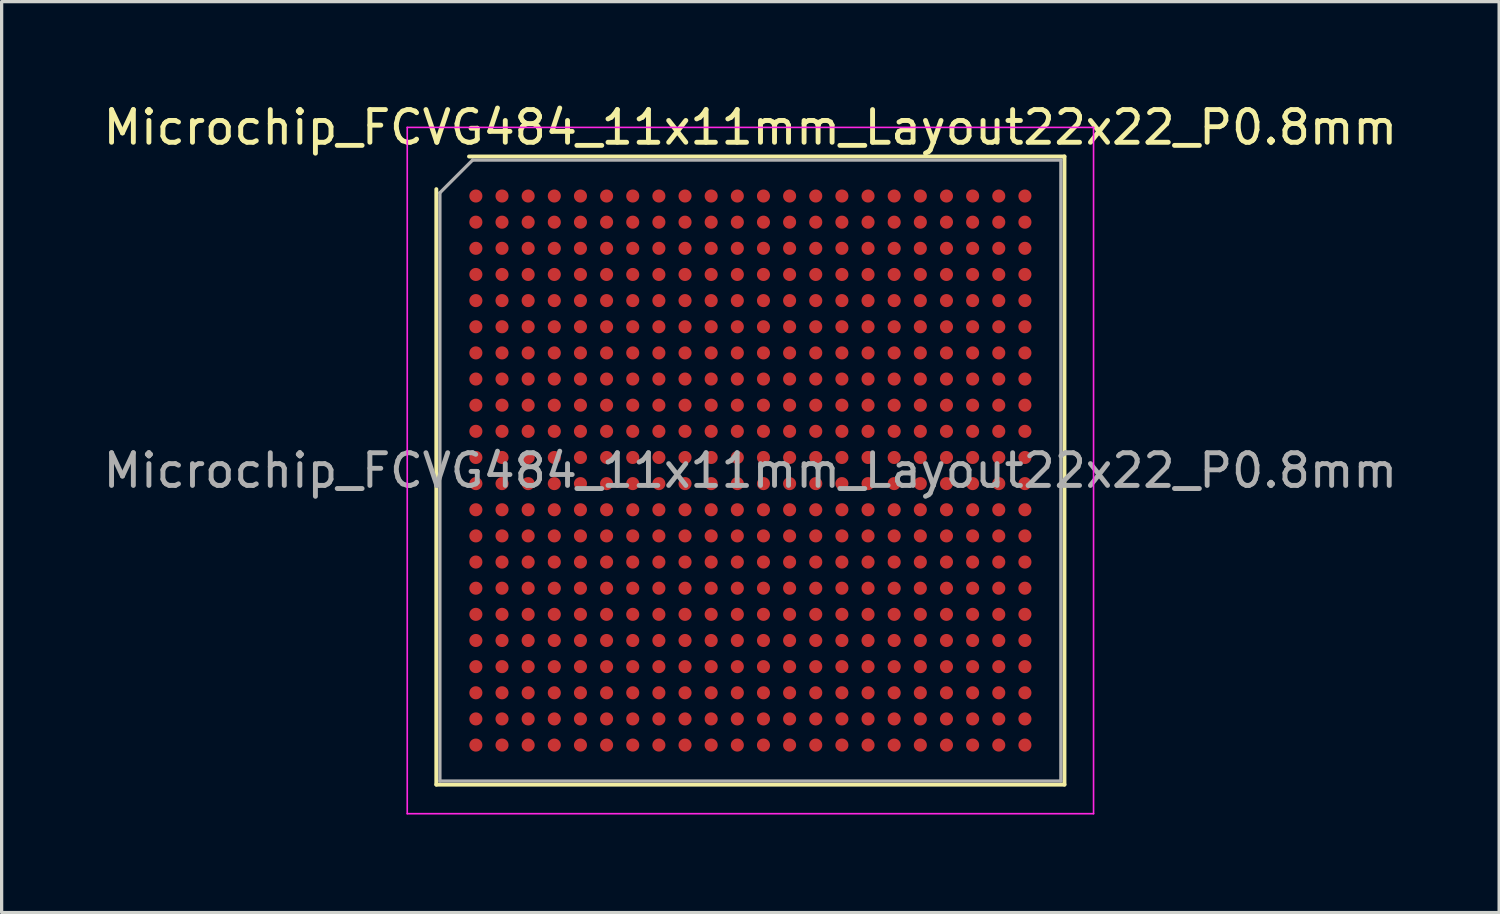
<source format=kicad_pcb>
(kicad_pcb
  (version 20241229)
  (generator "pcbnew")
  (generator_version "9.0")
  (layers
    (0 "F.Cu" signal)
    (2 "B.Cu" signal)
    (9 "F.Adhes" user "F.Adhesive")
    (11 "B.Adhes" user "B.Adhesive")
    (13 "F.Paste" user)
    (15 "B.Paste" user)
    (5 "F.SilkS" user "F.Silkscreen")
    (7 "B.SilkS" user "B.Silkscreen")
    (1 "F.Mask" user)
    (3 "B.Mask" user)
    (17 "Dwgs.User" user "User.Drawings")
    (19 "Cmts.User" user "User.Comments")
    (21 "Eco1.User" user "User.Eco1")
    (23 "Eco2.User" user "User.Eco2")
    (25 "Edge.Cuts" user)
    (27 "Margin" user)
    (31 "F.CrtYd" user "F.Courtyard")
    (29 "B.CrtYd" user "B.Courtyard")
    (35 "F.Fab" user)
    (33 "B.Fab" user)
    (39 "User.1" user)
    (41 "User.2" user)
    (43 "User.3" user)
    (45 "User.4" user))
  (footprint "Microchip_FCVG484_11x11mm_Layout22x22_P0.8mm"
    (layer "F.Cu")
    (at 19.911 11.348)
    (property "Reference" "Microchip_FCVG484_11x11mm_Layout22x22_P0.8mm" (at 0 -10.5 0) (layer "F.SilkS") (effects (font (size 1 1) (thickness 0.15))))
    (attr smd)
    (fp_line (start -9.61 9.61) (end -9.61 -8.61) (stroke (width 0.12) (type solid)) (layer "F.SilkS"))
    (fp_line (start -8.61 -9.61) (end 9.61 -9.61) (stroke (width 0.12) (type solid)) (layer "F.SilkS"))
    (fp_line (start 9.61 -9.61) (end 9.61 9.61) (stroke (width 0.12) (type solid)) (layer "F.SilkS"))
    (fp_line (start 9.61 9.61) (end -9.61 9.61) (stroke (width 0.12) (type solid)) (layer "F.SilkS"))
    (fp_line (start -10.5 -10.5) (end -10.5 10.5) (stroke (width 0.05) (type solid)) (layer "F.CrtYd"))
    (fp_line (start -10.5 10.5) (end 10.5 10.5) (stroke (width 0.05) (type solid)) (layer "F.CrtYd"))
    (fp_line (start 10.5 -10.5) (end -10.5 -10.5) (stroke (width 0.05) (type solid)) (layer "F.CrtYd"))
    (fp_line (start 10.5 10.5) (end 10.5 -10.5) (stroke (width 0.05) (type solid)) (layer "F.CrtYd"))
    (fp_line (start -9.5 -8.5) (end -8.5 -9.5) (stroke (width 0.1) (type solid)) (layer "F.Fab"))
    (fp_line (start -9.5 9.5) (end -9.5 -8.5) (stroke (width 0.1) (type solid)) (layer "F.Fab"))
    (fp_line (start -8.5 -9.5) (end 9.5 -9.5) (stroke (width 0.1) (type solid)) (layer "F.Fab"))
    (fp_line (start 9.5 -9.5) (end 9.5 9.5) (stroke (width 0.1) (type solid)) (layer "F.Fab"))
    (fp_line (start 9.5 9.5) (end -9.5 9.5) (stroke (width 0.1) (type solid)) (layer "F.Fab"))
    (fp_text user "${REFERENCE}" (at 0 0 0) (layer "F.Fab") (effects (font (size 1 1) (thickness 0.15))))
    (pad "A1" smd circle (at -8.4 -8.4) (size 0.4 0.4) (layers "F.Cu" "F.Mask" "F.Paste"))
    (pad "A2" smd circle (at -7.6 -8.4) (size 0.4 0.4) (layers "F.Cu" "F.Mask" "F.Paste"))
    (pad "A3" smd circle (at -6.8 -8.4) (size 0.4 0.4) (layers "F.Cu" "F.Mask" "F.Paste"))
    (pad "A4" smd circle (at -6 -8.4) (size 0.4 0.4) (layers "F.Cu" "F.Mask" "F.Paste"))
    (pad "A5" smd circle (at -5.2 -8.4) (size 0.4 0.4) (layers "F.Cu" "F.Mask" "F.Paste"))
    (pad "A6" smd circle (at -4.4 -8.4) (size 0.4 0.4) (layers "F.Cu" "F.Mask" "F.Paste"))
    (pad "A7" smd circle (at -3.6 -8.4) (size 0.4 0.4) (layers "F.Cu" "F.Mask" "F.Paste"))
    (pad "A8" smd circle (at -2.8 -8.4) (size 0.4 0.4) (layers "F.Cu" "F.Mask" "F.Paste"))
    (pad "A9" smd circle (at -2 -8.4) (size 0.4 0.4) (layers "F.Cu" "F.Mask" "F.Paste"))
    (pad "A10" smd circle (at -1.2 -8.4) (size 0.4 0.4) (layers "F.Cu" "F.Mask" "F.Paste"))
    (pad "A11" smd circle (at -0.4 -8.4) (size 0.4 0.4) (layers "F.Cu" "F.Mask" "F.Paste"))
    (pad "A12" smd circle (at 0.4 -8.4) (size 0.4 0.4) (layers "F.Cu" "F.Mask" "F.Paste"))
    (pad "A13" smd circle (at 1.2 -8.4) (size 0.4 0.4) (layers "F.Cu" "F.Mask" "F.Paste"))
    (pad "A14" smd circle (at 2 -8.4) (size 0.4 0.4) (layers "F.Cu" "F.Mask" "F.Paste"))
    (pad "A15" smd circle (at 2.8 -8.4) (size 0.4 0.4) (layers "F.Cu" "F.Mask" "F.Paste"))
    (pad "A16" smd circle (at 3.6 -8.4) (size 0.4 0.4) (layers "F.Cu" "F.Mask" "F.Paste"))
    (pad "A17" smd circle (at 4.4 -8.4) (size 0.4 0.4) (layers "F.Cu" "F.Mask" "F.Paste"))
    (pad "A18" smd circle (at 5.2 -8.4) (size 0.4 0.4) (layers "F.Cu" "F.Mask" "F.Paste"))
    (pad "A19" smd circle (at 6 -8.4) (size 0.4 0.4) (layers "F.Cu" "F.Mask" "F.Paste"))
    (pad "A20" smd circle (at 6.8 -8.4) (size 0.4 0.4) (layers "F.Cu" "F.Mask" "F.Paste"))
    (pad "A21" smd circle (at 7.6 -8.4) (size 0.4 0.4) (layers "F.Cu" "F.Mask" "F.Paste"))
    (pad "A22" smd circle (at 8.4 -8.4) (size 0.4 0.4) (layers "F.Cu" "F.Mask" "F.Paste"))
    (pad "AA1" smd circle (at -8.4 7.6) (size 0.4 0.4) (layers "F.Cu" "F.Mask" "F.Paste"))
    (pad "AA2" smd circle (at -7.6 7.6) (size 0.4 0.4) (layers "F.Cu" "F.Mask" "F.Paste"))
    (pad "AA3" smd circle (at -6.8 7.6) (size 0.4 0.4) (layers "F.Cu" "F.Mask" "F.Paste"))
    (pad "AA4" smd circle (at -6 7.6) (size 0.4 0.4) (layers "F.Cu" "F.Mask" "F.Paste"))
    (pad "AA5" smd circle (at -5.2 7.6) (size 0.4 0.4) (layers "F.Cu" "F.Mask" "F.Paste"))
    (pad "AA6" smd circle (at -4.4 7.6) (size 0.4 0.4) (layers "F.Cu" "F.Mask" "F.Paste"))
    (pad "AA7" smd circle (at -3.6 7.6) (size 0.4 0.4) (layers "F.Cu" "F.Mask" "F.Paste"))
    (pad "AA8" smd circle (at -2.8 7.6) (size 0.4 0.4) (layers "F.Cu" "F.Mask" "F.Paste"))
    (pad "AA9" smd circle (at -2 7.6) (size 0.4 0.4) (layers "F.Cu" "F.Mask" "F.Paste"))
    (pad "AA10" smd circle (at -1.2 7.6) (size 0.4 0.4) (layers "F.Cu" "F.Mask" "F.Paste"))
    (pad "AA11" smd circle (at -0.4 7.6) (size 0.4 0.4) (layers "F.Cu" "F.Mask" "F.Paste"))
    (pad "AA12" smd circle (at 0.4 7.6) (size 0.4 0.4) (layers "F.Cu" "F.Mask" "F.Paste"))
    (pad "AA13" smd circle (at 1.2 7.6) (size 0.4 0.4) (layers "F.Cu" "F.Mask" "F.Paste"))
    (pad "AA14" smd circle (at 2 7.6) (size 0.4 0.4) (layers "F.Cu" "F.Mask" "F.Paste"))
    (pad "AA15" smd circle (at 2.8 7.6) (size 0.4 0.4) (layers "F.Cu" "F.Mask" "F.Paste"))
    (pad "AA16" smd circle (at 3.6 7.6) (size 0.4 0.4) (layers "F.Cu" "F.Mask" "F.Paste"))
    (pad "AA17" smd circle (at 4.4 7.6) (size 0.4 0.4) (layers "F.Cu" "F.Mask" "F.Paste"))
    (pad "AA18" smd circle (at 5.2 7.6) (size 0.4 0.4) (layers "F.Cu" "F.Mask" "F.Paste"))
    (pad "AA19" smd circle (at 6 7.6) (size 0.4 0.4) (layers "F.Cu" "F.Mask" "F.Paste"))
    (pad "AA20" smd circle (at 6.8 7.6) (size 0.4 0.4) (layers "F.Cu" "F.Mask" "F.Paste"))
    (pad "AA21" smd circle (at 7.6 7.6) (size 0.4 0.4) (layers "F.Cu" "F.Mask" "F.Paste"))
    (pad "AA22" smd circle (at 8.4 7.6) (size 0.4 0.4) (layers "F.Cu" "F.Mask" "F.Paste"))
    (pad "AB1" smd circle (at -8.4 8.4) (size 0.4 0.4) (layers "F.Cu" "F.Mask" "F.Paste"))
    (pad "AB2" smd circle (at -7.6 8.4) (size 0.4 0.4) (layers "F.Cu" "F.Mask" "F.Paste"))
    (pad "AB3" smd circle (at -6.8 8.4) (size 0.4 0.4) (layers "F.Cu" "F.Mask" "F.Paste"))
    (pad "AB4" smd circle (at -6 8.4) (size 0.4 0.4) (layers "F.Cu" "F.Mask" "F.Paste"))
    (pad "AB5" smd circle (at -5.2 8.4) (size 0.4 0.4) (layers "F.Cu" "F.Mask" "F.Paste"))
    (pad "AB6" smd circle (at -4.4 8.4) (size 0.4 0.4) (layers "F.Cu" "F.Mask" "F.Paste"))
    (pad "AB7" smd circle (at -3.6 8.4) (size 0.4 0.4) (layers "F.Cu" "F.Mask" "F.Paste"))
    (pad "AB8" smd circle (at -2.8 8.4) (size 0.4 0.4) (layers "F.Cu" "F.Mask" "F.Paste"))
    (pad "AB9" smd circle (at -2 8.4) (size 0.4 0.4) (layers "F.Cu" "F.Mask" "F.Paste"))
    (pad "AB10" smd circle (at -1.2 8.4) (size 0.4 0.4) (layers "F.Cu" "F.Mask" "F.Paste"))
    (pad "AB11" smd circle (at -0.4 8.4) (size 0.4 0.4) (layers "F.Cu" "F.Mask" "F.Paste"))
    (pad "AB12" smd circle (at 0.4 8.4) (size 0.4 0.4) (layers "F.Cu" "F.Mask" "F.Paste"))
    (pad "AB13" smd circle (at 1.2 8.4) (size 0.4 0.4) (layers "F.Cu" "F.Mask" "F.Paste"))
    (pad "AB14" smd circle (at 2 8.4) (size 0.4 0.4) (layers "F.Cu" "F.Mask" "F.Paste"))
    (pad "AB15" smd circle (at 2.8 8.4) (size 0.4 0.4) (layers "F.Cu" "F.Mask" "F.Paste"))
    (pad "AB16" smd circle (at 3.6 8.4) (size 0.4 0.4) (layers "F.Cu" "F.Mask" "F.Paste"))
    (pad "AB17" smd circle (at 4.4 8.4) (size 0.4 0.4) (layers "F.Cu" "F.Mask" "F.Paste"))
    (pad "AB18" smd circle (at 5.2 8.4) (size 0.4 0.4) (layers "F.Cu" "F.Mask" "F.Paste"))
    (pad "AB19" smd circle (at 6 8.4) (size 0.4 0.4) (layers "F.Cu" "F.Mask" "F.Paste"))
    (pad "AB20" smd circle (at 6.8 8.4) (size 0.4 0.4) (layers "F.Cu" "F.Mask" "F.Paste"))
    (pad "AB21" smd circle (at 7.6 8.4) (size 0.4 0.4) (layers "F.Cu" "F.Mask" "F.Paste"))
    (pad "AB22" smd circle (at 8.4 8.4) (size 0.4 0.4) (layers "F.Cu" "F.Mask" "F.Paste"))
    (pad "B1" smd circle (at -8.4 -7.6) (size 0.4 0.4) (layers "F.Cu" "F.Mask" "F.Paste"))
    (pad "B2" smd circle (at -7.6 -7.6) (size 0.4 0.4) (layers "F.Cu" "F.Mask" "F.Paste"))
    (pad "B3" smd circle (at -6.8 -7.6) (size 0.4 0.4) (layers "F.Cu" "F.Mask" "F.Paste"))
    (pad "B4" smd circle (at -6 -7.6) (size 0.4 0.4) (layers "F.Cu" "F.Mask" "F.Paste"))
    (pad "B5" smd circle (at -5.2 -7.6) (size 0.4 0.4) (layers "F.Cu" "F.Mask" "F.Paste"))
    (pad "B6" smd circle (at -4.4 -7.6) (size 0.4 0.4) (layers "F.Cu" "F.Mask" "F.Paste"))
    (pad "B7" smd circle (at -3.6 -7.6) (size 0.4 0.4) (layers "F.Cu" "F.Mask" "F.Paste"))
    (pad "B8" smd circle (at -2.8 -7.6) (size 0.4 0.4) (layers "F.Cu" "F.Mask" "F.Paste"))
    (pad "B9" smd circle (at -2 -7.6) (size 0.4 0.4) (layers "F.Cu" "F.Mask" "F.Paste"))
    (pad "B10" smd circle (at -1.2 -7.6) (size 0.4 0.4) (layers "F.Cu" "F.Mask" "F.Paste"))
    (pad "B11" smd circle (at -0.4 -7.6) (size 0.4 0.4) (layers "F.Cu" "F.Mask" "F.Paste"))
    (pad "B12" smd circle (at 0.4 -7.6) (size 0.4 0.4) (layers "F.Cu" "F.Mask" "F.Paste"))
    (pad "B13" smd circle (at 1.2 -7.6) (size 0.4 0.4) (layers "F.Cu" "F.Mask" "F.Paste"))
    (pad "B14" smd circle (at 2 -7.6) (size 0.4 0.4) (layers "F.Cu" "F.Mask" "F.Paste"))
    (pad "B15" smd circle (at 2.8 -7.6) (size 0.4 0.4) (layers "F.Cu" "F.Mask" "F.Paste"))
    (pad "B16" smd circle (at 3.6 -7.6) (size 0.4 0.4) (layers "F.Cu" "F.Mask" "F.Paste"))
    (pad "B17" smd circle (at 4.4 -7.6) (size 0.4 0.4) (layers "F.Cu" "F.Mask" "F.Paste"))
    (pad "B18" smd circle (at 5.2 -7.6) (size 0.4 0.4) (layers "F.Cu" "F.Mask" "F.Paste"))
    (pad "B19" smd circle (at 6 -7.6) (size 0.4 0.4) (layers "F.Cu" "F.Mask" "F.Paste"))
    (pad "B20" smd circle (at 6.8 -7.6) (size 0.4 0.4) (layers "F.Cu" "F.Mask" "F.Paste"))
    (pad "B21" smd circle (at 7.6 -7.6) (size 0.4 0.4) (layers "F.Cu" "F.Mask" "F.Paste"))
    (pad "B22" smd circle (at 8.4 -7.6) (size 0.4 0.4) (layers "F.Cu" "F.Mask" "F.Paste"))
    (pad "C1" smd circle (at -8.4 -6.8) (size 0.4 0.4) (layers "F.Cu" "F.Mask" "F.Paste"))
    (pad "C2" smd circle (at -7.6 -6.8) (size 0.4 0.4) (layers "F.Cu" "F.Mask" "F.Paste"))
    (pad "C3" smd circle (at -6.8 -6.8) (size 0.4 0.4) (layers "F.Cu" "F.Mask" "F.Paste"))
    (pad "C4" smd circle (at -6 -6.8) (size 0.4 0.4) (layers "F.Cu" "F.Mask" "F.Paste"))
    (pad "C5" smd circle (at -5.2 -6.8) (size 0.4 0.4) (layers "F.Cu" "F.Mask" "F.Paste"))
    (pad "C6" smd circle (at -4.4 -6.8) (size 0.4 0.4) (layers "F.Cu" "F.Mask" "F.Paste"))
    (pad "C7" smd circle (at -3.6 -6.8) (size 0.4 0.4) (layers "F.Cu" "F.Mask" "F.Paste"))
    (pad "C8" smd circle (at -2.8 -6.8) (size 0.4 0.4) (layers "F.Cu" "F.Mask" "F.Paste"))
    (pad "C9" smd circle (at -2 -6.8) (size 0.4 0.4) (layers "F.Cu" "F.Mask" "F.Paste"))
    (pad "C10" smd circle (at -1.2 -6.8) (size 0.4 0.4) (layers "F.Cu" "F.Mask" "F.Paste"))
    (pad "C11" smd circle (at -0.4 -6.8) (size 0.4 0.4) (layers "F.Cu" "F.Mask" "F.Paste"))
    (pad "C12" smd circle (at 0.4 -6.8) (size 0.4 0.4) (layers "F.Cu" "F.Mask" "F.Paste"))
    (pad "C13" smd circle (at 1.2 -6.8) (size 0.4 0.4) (layers "F.Cu" "F.Mask" "F.Paste"))
    (pad "C14" smd circle (at 2 -6.8) (size 0.4 0.4) (layers "F.Cu" "F.Mask" "F.Paste"))
    (pad "C15" smd circle (at 2.8 -6.8) (size 0.4 0.4) (layers "F.Cu" "F.Mask" "F.Paste"))
    (pad "C16" smd circle (at 3.6 -6.8) (size 0.4 0.4) (layers "F.Cu" "F.Mask" "F.Paste"))
    (pad "C17" smd circle (at 4.4 -6.8) (size 0.4 0.4) (layers "F.Cu" "F.Mask" "F.Paste"))
    (pad "C18" smd circle (at 5.2 -6.8) (size 0.4 0.4) (layers "F.Cu" "F.Mask" "F.Paste"))
    (pad "C19" smd circle (at 6 -6.8) (size 0.4 0.4) (layers "F.Cu" "F.Mask" "F.Paste"))
    (pad "C20" smd circle (at 6.8 -6.8) (size 0.4 0.4) (layers "F.Cu" "F.Mask" "F.Paste"))
    (pad "C21" smd circle (at 7.6 -6.8) (size 0.4 0.4) (layers "F.Cu" "F.Mask" "F.Paste"))
    (pad "C22" smd circle (at 8.4 -6.8) (size 0.4 0.4) (layers "F.Cu" "F.Mask" "F.Paste"))
    (pad "D1" smd circle (at -8.4 -6) (size 0.4 0.4) (layers "F.Cu" "F.Mask" "F.Paste"))
    (pad "D2" smd circle (at -7.6 -6) (size 0.4 0.4) (layers "F.Cu" "F.Mask" "F.Paste"))
    (pad "D3" smd circle (at -6.8 -6) (size 0.4 0.4) (layers "F.Cu" "F.Mask" "F.Paste"))
    (pad "D4" smd circle (at -6 -6) (size 0.4 0.4) (layers "F.Cu" "F.Mask" "F.Paste"))
    (pad "D5" smd circle (at -5.2 -6) (size 0.4 0.4) (layers "F.Cu" "F.Mask" "F.Paste"))
    (pad "D6" smd circle (at -4.4 -6) (size 0.4 0.4) (layers "F.Cu" "F.Mask" "F.Paste"))
    (pad "D7" smd circle (at -3.6 -6) (size 0.4 0.4) (layers "F.Cu" "F.Mask" "F.Paste"))
    (pad "D8" smd circle (at -2.8 -6) (size 0.4 0.4) (layers "F.Cu" "F.Mask" "F.Paste"))
    (pad "D9" smd circle (at -2 -6) (size 0.4 0.4) (layers "F.Cu" "F.Mask" "F.Paste"))
    (pad "D10" smd circle (at -1.2 -6) (size 0.4 0.4) (layers "F.Cu" "F.Mask" "F.Paste"))
    (pad "D11" smd circle (at -0.4 -6) (size 0.4 0.4) (layers "F.Cu" "F.Mask" "F.Paste"))
    (pad "D12" smd circle (at 0.4 -6) (size 0.4 0.4) (layers "F.Cu" "F.Mask" "F.Paste"))
    (pad "D13" smd circle (at 1.2 -6) (size 0.4 0.4) (layers "F.Cu" "F.Mask" "F.Paste"))
    (pad "D14" smd circle (at 2 -6) (size 0.4 0.4) (layers "F.Cu" "F.Mask" "F.Paste"))
    (pad "D15" smd circle (at 2.8 -6) (size 0.4 0.4) (layers "F.Cu" "F.Mask" "F.Paste"))
    (pad "D16" smd circle (at 3.6 -6) (size 0.4 0.4) (layers "F.Cu" "F.Mask" "F.Paste"))
    (pad "D17" smd circle (at 4.4 -6) (size 0.4 0.4) (layers "F.Cu" "F.Mask" "F.Paste"))
    (pad "D18" smd circle (at 5.2 -6) (size 0.4 0.4) (layers "F.Cu" "F.Mask" "F.Paste"))
    (pad "D19" smd circle (at 6 -6) (size 0.4 0.4) (layers "F.Cu" "F.Mask" "F.Paste"))
    (pad "D20" smd circle (at 6.8 -6) (size 0.4 0.4) (layers "F.Cu" "F.Mask" "F.Paste"))
    (pad "D21" smd circle (at 7.6 -6) (size 0.4 0.4) (layers "F.Cu" "F.Mask" "F.Paste"))
    (pad "D22" smd circle (at 8.4 -6) (size 0.4 0.4) (layers "F.Cu" "F.Mask" "F.Paste"))
    (pad "E1" smd circle (at -8.4 -5.2) (size 0.4 0.4) (layers "F.Cu" "F.Mask" "F.Paste"))
    (pad "E2" smd circle (at -7.6 -5.2) (size 0.4 0.4) (layers "F.Cu" "F.Mask" "F.Paste"))
    (pad "E3" smd circle (at -6.8 -5.2) (size 0.4 0.4) (layers "F.Cu" "F.Mask" "F.Paste"))
    (pad "E4" smd circle (at -6 -5.2) (size 0.4 0.4) (layers "F.Cu" "F.Mask" "F.Paste"))
    (pad "E5" smd circle (at -5.2 -5.2) (size 0.4 0.4) (layers "F.Cu" "F.Mask" "F.Paste"))
    (pad "E6" smd circle (at -4.4 -5.2) (size 0.4 0.4) (layers "F.Cu" "F.Mask" "F.Paste"))
    (pad "E7" smd circle (at -3.6 -5.2) (size 0.4 0.4) (layers "F.Cu" "F.Mask" "F.Paste"))
    (pad "E8" smd circle (at -2.8 -5.2) (size 0.4 0.4) (layers "F.Cu" "F.Mask" "F.Paste"))
    (pad "E9" smd circle (at -2 -5.2) (size 0.4 0.4) (layers "F.Cu" "F.Mask" "F.Paste"))
    (pad "E10" smd circle (at -1.2 -5.2) (size 0.4 0.4) (layers "F.Cu" "F.Mask" "F.Paste"))
    (pad "E11" smd circle (at -0.4 -5.2) (size 0.4 0.4) (layers "F.Cu" "F.Mask" "F.Paste"))
    (pad "E12" smd circle (at 0.4 -5.2) (size 0.4 0.4) (layers "F.Cu" "F.Mask" "F.Paste"))
    (pad "E13" smd circle (at 1.2 -5.2) (size 0.4 0.4) (layers "F.Cu" "F.Mask" "F.Paste"))
    (pad "E14" smd circle (at 2 -5.2) (size 0.4 0.4) (layers "F.Cu" "F.Mask" "F.Paste"))
    (pad "E15" smd circle (at 2.8 -5.2) (size 0.4 0.4) (layers "F.Cu" "F.Mask" "F.Paste"))
    (pad "E16" smd circle (at 3.6 -5.2) (size 0.4 0.4) (layers "F.Cu" "F.Mask" "F.Paste"))
    (pad "E17" smd circle (at 4.4 -5.2) (size 0.4 0.4) (layers "F.Cu" "F.Mask" "F.Paste"))
    (pad "E18" smd circle (at 5.2 -5.2) (size 0.4 0.4) (layers "F.Cu" "F.Mask" "F.Paste"))
    (pad "E19" smd circle (at 6 -5.2) (size 0.4 0.4) (layers "F.Cu" "F.Mask" "F.Paste"))
    (pad "E20" smd circle (at 6.8 -5.2) (size 0.4 0.4) (layers "F.Cu" "F.Mask" "F.Paste"))
    (pad "E21" smd circle (at 7.6 -5.2) (size 0.4 0.4) (layers "F.Cu" "F.Mask" "F.Paste"))
    (pad "E22" smd circle (at 8.4 -5.2) (size 0.4 0.4) (layers "F.Cu" "F.Mask" "F.Paste"))
    (pad "F1" smd circle (at -8.4 -4.4) (size 0.4 0.4) (layers "F.Cu" "F.Mask" "F.Paste"))
    (pad "F2" smd circle (at -7.6 -4.4) (size 0.4 0.4) (layers "F.Cu" "F.Mask" "F.Paste"))
    (pad "F3" smd circle (at -6.8 -4.4) (size 0.4 0.4) (layers "F.Cu" "F.Mask" "F.Paste"))
    (pad "F4" smd circle (at -6 -4.4) (size 0.4 0.4) (layers "F.Cu" "F.Mask" "F.Paste"))
    (pad "F5" smd circle (at -5.2 -4.4) (size 0.4 0.4) (layers "F.Cu" "F.Mask" "F.Paste"))
    (pad "F6" smd circle (at -4.4 -4.4) (size 0.4 0.4) (layers "F.Cu" "F.Mask" "F.Paste"))
    (pad "F7" smd circle (at -3.6 -4.4) (size 0.4 0.4) (layers "F.Cu" "F.Mask" "F.Paste"))
    (pad "F8" smd circle (at -2.8 -4.4) (size 0.4 0.4) (layers "F.Cu" "F.Mask" "F.Paste"))
    (pad "F9" smd circle (at -2 -4.4) (size 0.4 0.4) (layers "F.Cu" "F.Mask" "F.Paste"))
    (pad "F10" smd circle (at -1.2 -4.4) (size 0.4 0.4) (layers "F.Cu" "F.Mask" "F.Paste"))
    (pad "F11" smd circle (at -0.4 -4.4) (size 0.4 0.4) (layers "F.Cu" "F.Mask" "F.Paste"))
    (pad "F12" smd circle (at 0.4 -4.4) (size 0.4 0.4) (layers "F.Cu" "F.Mask" "F.Paste"))
    (pad "F13" smd circle (at 1.2 -4.4) (size 0.4 0.4) (layers "F.Cu" "F.Mask" "F.Paste"))
    (pad "F14" smd circle (at 2 -4.4) (size 0.4 0.4) (layers "F.Cu" "F.Mask" "F.Paste"))
    (pad "F15" smd circle (at 2.8 -4.4) (size 0.4 0.4) (layers "F.Cu" "F.Mask" "F.Paste"))
    (pad "F16" smd circle (at 3.6 -4.4) (size 0.4 0.4) (layers "F.Cu" "F.Mask" "F.Paste"))
    (pad "F17" smd circle (at 4.4 -4.4) (size 0.4 0.4) (layers "F.Cu" "F.Mask" "F.Paste"))
    (pad "F18" smd circle (at 5.2 -4.4) (size 0.4 0.4) (layers "F.Cu" "F.Mask" "F.Paste"))
    (pad "F19" smd circle (at 6 -4.4) (size 0.4 0.4) (layers "F.Cu" "F.Mask" "F.Paste"))
    (pad "F20" smd circle (at 6.8 -4.4) (size 0.4 0.4) (layers "F.Cu" "F.Mask" "F.Paste"))
    (pad "F21" smd circle (at 7.6 -4.4) (size 0.4 0.4) (layers "F.Cu" "F.Mask" "F.Paste"))
    (pad "F22" smd circle (at 8.4 -4.4) (size 0.4 0.4) (layers "F.Cu" "F.Mask" "F.Paste"))
    (pad "G1" smd circle (at -8.4 -3.6) (size 0.4 0.4) (layers "F.Cu" "F.Mask" "F.Paste"))
    (pad "G2" smd circle (at -7.6 -3.6) (size 0.4 0.4) (layers "F.Cu" "F.Mask" "F.Paste"))
    (pad "G3" smd circle (at -6.8 -3.6) (size 0.4 0.4) (layers "F.Cu" "F.Mask" "F.Paste"))
    (pad "G4" smd circle (at -6 -3.6) (size 0.4 0.4) (layers "F.Cu" "F.Mask" "F.Paste"))
    (pad "G5" smd circle (at -5.2 -3.6) (size 0.4 0.4) (layers "F.Cu" "F.Mask" "F.Paste"))
    (pad "G6" smd circle (at -4.4 -3.6) (size 0.4 0.4) (layers "F.Cu" "F.Mask" "F.Paste"))
    (pad "G7" smd circle (at -3.6 -3.6) (size 0.4 0.4) (layers "F.Cu" "F.Mask" "F.Paste"))
    (pad "G8" smd circle (at -2.8 -3.6) (size 0.4 0.4) (layers "F.Cu" "F.Mask" "F.Paste"))
    (pad "G9" smd circle (at -2 -3.6) (size 0.4 0.4) (layers "F.Cu" "F.Mask" "F.Paste"))
    (pad "G10" smd circle (at -1.2 -3.6) (size 0.4 0.4) (layers "F.Cu" "F.Mask" "F.Paste"))
    (pad "G11" smd circle (at -0.4 -3.6) (size 0.4 0.4) (layers "F.Cu" "F.Mask" "F.Paste"))
    (pad "G12" smd circle (at 0.4 -3.6) (size 0.4 0.4) (layers "F.Cu" "F.Mask" "F.Paste"))
    (pad "G13" smd circle (at 1.2 -3.6) (size 0.4 0.4) (layers "F.Cu" "F.Mask" "F.Paste"))
    (pad "G14" smd circle (at 2 -3.6) (size 0.4 0.4) (layers "F.Cu" "F.Mask" "F.Paste"))
    (pad "G15" smd circle (at 2.8 -3.6) (size 0.4 0.4) (layers "F.Cu" "F.Mask" "F.Paste"))
    (pad "G16" smd circle (at 3.6 -3.6) (size 0.4 0.4) (layers "F.Cu" "F.Mask" "F.Paste"))
    (pad "G17" smd circle (at 4.4 -3.6) (size 0.4 0.4) (layers "F.Cu" "F.Mask" "F.Paste"))
    (pad "G18" smd circle (at 5.2 -3.6) (size 0.4 0.4) (layers "F.Cu" "F.Mask" "F.Paste"))
    (pad "G19" smd circle (at 6 -3.6) (size 0.4 0.4) (layers "F.Cu" "F.Mask" "F.Paste"))
    (pad "G20" smd circle (at 6.8 -3.6) (size 0.4 0.4) (layers "F.Cu" "F.Mask" "F.Paste"))
    (pad "G21" smd circle (at 7.6 -3.6) (size 0.4 0.4) (layers "F.Cu" "F.Mask" "F.Paste"))
    (pad "G22" smd circle (at 8.4 -3.6) (size 0.4 0.4) (layers "F.Cu" "F.Mask" "F.Paste"))
    (pad "H1" smd circle (at -8.4 -2.8) (size 0.4 0.4) (layers "F.Cu" "F.Mask" "F.Paste"))
    (pad "H2" smd circle (at -7.6 -2.8) (size 0.4 0.4) (layers "F.Cu" "F.Mask" "F.Paste"))
    (pad "H3" smd circle (at -6.8 -2.8) (size 0.4 0.4) (layers "F.Cu" "F.Mask" "F.Paste"))
    (pad "H4" smd circle (at -6 -2.8) (size 0.4 0.4) (layers "F.Cu" "F.Mask" "F.Paste"))
    (pad "H5" smd circle (at -5.2 -2.8) (size 0.4 0.4) (layers "F.Cu" "F.Mask" "F.Paste"))
    (pad "H6" smd circle (at -4.4 -2.8) (size 0.4 0.4) (layers "F.Cu" "F.Mask" "F.Paste"))
    (pad "H7" smd circle (at -3.6 -2.8) (size 0.4 0.4) (layers "F.Cu" "F.Mask" "F.Paste"))
    (pad "H8" smd circle (at -2.8 -2.8) (size 0.4 0.4) (layers "F.Cu" "F.Mask" "F.Paste"))
    (pad "H9" smd circle (at -2 -2.8) (size 0.4 0.4) (layers "F.Cu" "F.Mask" "F.Paste"))
    (pad "H10" smd circle (at -1.2 -2.8) (size 0.4 0.4) (layers "F.Cu" "F.Mask" "F.Paste"))
    (pad "H11" smd circle (at -0.4 -2.8) (size 0.4 0.4) (layers "F.Cu" "F.Mask" "F.Paste"))
    (pad "H12" smd circle (at 0.4 -2.8) (size 0.4 0.4) (layers "F.Cu" "F.Mask" "F.Paste"))
    (pad "H13" smd circle (at 1.2 -2.8) (size 0.4 0.4) (layers "F.Cu" "F.Mask" "F.Paste"))
    (pad "H14" smd circle (at 2 -2.8) (size 0.4 0.4) (layers "F.Cu" "F.Mask" "F.Paste"))
    (pad "H15" smd circle (at 2.8 -2.8) (size 0.4 0.4) (layers "F.Cu" "F.Mask" "F.Paste"))
    (pad "H16" smd circle (at 3.6 -2.8) (size 0.4 0.4) (layers "F.Cu" "F.Mask" "F.Paste"))
    (pad "H17" smd circle (at 4.4 -2.8) (size 0.4 0.4) (layers "F.Cu" "F.Mask" "F.Paste"))
    (pad "H18" smd circle (at 5.2 -2.8) (size 0.4 0.4) (layers "F.Cu" "F.Mask" "F.Paste"))
    (pad "H19" smd circle (at 6 -2.8) (size 0.4 0.4) (layers "F.Cu" "F.Mask" "F.Paste"))
    (pad "H20" smd circle (at 6.8 -2.8) (size 0.4 0.4) (layers "F.Cu" "F.Mask" "F.Paste"))
    (pad "H21" smd circle (at 7.6 -2.8) (size 0.4 0.4) (layers "F.Cu" "F.Mask" "F.Paste"))
    (pad "H22" smd circle (at 8.4 -2.8) (size 0.4 0.4) (layers "F.Cu" "F.Mask" "F.Paste"))
    (pad "J1" smd circle (at -8.4 -2) (size 0.4 0.4) (layers "F.Cu" "F.Mask" "F.Paste"))
    (pad "J2" smd circle (at -7.6 -2) (size 0.4 0.4) (layers "F.Cu" "F.Mask" "F.Paste"))
    (pad "J3" smd circle (at -6.8 -2) (size 0.4 0.4) (layers "F.Cu" "F.Mask" "F.Paste"))
    (pad "J4" smd circle (at -6 -2) (size 0.4 0.4) (layers "F.Cu" "F.Mask" "F.Paste"))
    (pad "J5" smd circle (at -5.2 -2) (size 0.4 0.4) (layers "F.Cu" "F.Mask" "F.Paste"))
    (pad "J6" smd circle (at -4.4 -2) (size 0.4 0.4) (layers "F.Cu" "F.Mask" "F.Paste"))
    (pad "J7" smd circle (at -3.6 -2) (size 0.4 0.4) (layers "F.Cu" "F.Mask" "F.Paste"))
    (pad "J8" smd circle (at -2.8 -2) (size 0.4 0.4) (layers "F.Cu" "F.Mask" "F.Paste"))
    (pad "J9" smd circle (at -2 -2) (size 0.4 0.4) (layers "F.Cu" "F.Mask" "F.Paste"))
    (pad "J10" smd circle (at -1.2 -2) (size 0.4 0.4) (layers "F.Cu" "F.Mask" "F.Paste"))
    (pad "J11" smd circle (at -0.4 -2) (size 0.4 0.4) (layers "F.Cu" "F.Mask" "F.Paste"))
    (pad "J12" smd circle (at 0.4 -2) (size 0.4 0.4) (layers "F.Cu" "F.Mask" "F.Paste"))
    (pad "J13" smd circle (at 1.2 -2) (size 0.4 0.4) (layers "F.Cu" "F.Mask" "F.Paste"))
    (pad "J14" smd circle (at 2 -2) (size 0.4 0.4) (layers "F.Cu" "F.Mask" "F.Paste"))
    (pad "J15" smd circle (at 2.8 -2) (size 0.4 0.4) (layers "F.Cu" "F.Mask" "F.Paste"))
    (pad "J16" smd circle (at 3.6 -2) (size 0.4 0.4) (layers "F.Cu" "F.Mask" "F.Paste"))
    (pad "J17" smd circle (at 4.4 -2) (size 0.4 0.4) (layers "F.Cu" "F.Mask" "F.Paste"))
    (pad "J18" smd circle (at 5.2 -2) (size 0.4 0.4) (layers "F.Cu" "F.Mask" "F.Paste"))
    (pad "J19" smd circle (at 6 -2) (size 0.4 0.4) (layers "F.Cu" "F.Mask" "F.Paste"))
    (pad "J20" smd circle (at 6.8 -2) (size 0.4 0.4) (layers "F.Cu" "F.Mask" "F.Paste"))
    (pad "J21" smd circle (at 7.6 -2) (size 0.4 0.4) (layers "F.Cu" "F.Mask" "F.Paste"))
    (pad "J22" smd circle (at 8.4 -2) (size 0.4 0.4) (layers "F.Cu" "F.Mask" "F.Paste"))
    (pad "K1" smd circle (at -8.4 -1.2) (size 0.4 0.4) (layers "F.Cu" "F.Mask" "F.Paste"))
    (pad "K2" smd circle (at -7.6 -1.2) (size 0.4 0.4) (layers "F.Cu" "F.Mask" "F.Paste"))
    (pad "K3" smd circle (at -6.8 -1.2) (size 0.4 0.4) (layers "F.Cu" "F.Mask" "F.Paste"))
    (pad "K4" smd circle (at -6 -1.2) (size 0.4 0.4) (layers "F.Cu" "F.Mask" "F.Paste"))
    (pad "K5" smd circle (at -5.2 -1.2) (size 0.4 0.4) (layers "F.Cu" "F.Mask" "F.Paste"))
    (pad "K6" smd circle (at -4.4 -1.2) (size 0.4 0.4) (layers "F.Cu" "F.Mask" "F.Paste"))
    (pad "K7" smd circle (at -3.6 -1.2) (size 0.4 0.4) (layers "F.Cu" "F.Mask" "F.Paste"))
    (pad "K8" smd circle (at -2.8 -1.2) (size 0.4 0.4) (layers "F.Cu" "F.Mask" "F.Paste"))
    (pad "K9" smd circle (at -2 -1.2) (size 0.4 0.4) (layers "F.Cu" "F.Mask" "F.Paste"))
    (pad "K10" smd circle (at -1.2 -1.2) (size 0.4 0.4) (layers "F.Cu" "F.Mask" "F.Paste"))
    (pad "K11" smd circle (at -0.4 -1.2) (size 0.4 0.4) (layers "F.Cu" "F.Mask" "F.Paste"))
    (pad "K12" smd circle (at 0.4 -1.2) (size 0.4 0.4) (layers "F.Cu" "F.Mask" "F.Paste"))
    (pad "K13" smd circle (at 1.2 -1.2) (size 0.4 0.4) (layers "F.Cu" "F.Mask" "F.Paste"))
    (pad "K14" smd circle (at 2 -1.2) (size 0.4 0.4) (layers "F.Cu" "F.Mask" "F.Paste"))
    (pad "K15" smd circle (at 2.8 -1.2) (size 0.4 0.4) (layers "F.Cu" "F.Mask" "F.Paste"))
    (pad "K16" smd circle (at 3.6 -1.2) (size 0.4 0.4) (layers "F.Cu" "F.Mask" "F.Paste"))
    (pad "K17" smd circle (at 4.4 -1.2) (size 0.4 0.4) (layers "F.Cu" "F.Mask" "F.Paste"))
    (pad "K18" smd circle (at 5.2 -1.2) (size 0.4 0.4) (layers "F.Cu" "F.Mask" "F.Paste"))
    (pad "K19" smd circle (at 6 -1.2) (size 0.4 0.4) (layers "F.Cu" "F.Mask" "F.Paste"))
    (pad "K20" smd circle (at 6.8 -1.2) (size 0.4 0.4) (layers "F.Cu" "F.Mask" "F.Paste"))
    (pad "K21" smd circle (at 7.6 -1.2) (size 0.4 0.4) (layers "F.Cu" "F.Mask" "F.Paste"))
    (pad "K22" smd circle (at 8.4 -1.2) (size 0.4 0.4) (layers "F.Cu" "F.Mask" "F.Paste"))
    (pad "L1" smd circle (at -8.4 -0.4) (size 0.4 0.4) (layers "F.Cu" "F.Mask" "F.Paste"))
    (pad "L2" smd circle (at -7.6 -0.4) (size 0.4 0.4) (layers "F.Cu" "F.Mask" "F.Paste"))
    (pad "L3" smd circle (at -6.8 -0.4) (size 0.4 0.4) (layers "F.Cu" "F.Mask" "F.Paste"))
    (pad "L4" smd circle (at -6 -0.4) (size 0.4 0.4) (layers "F.Cu" "F.Mask" "F.Paste"))
    (pad "L5" smd circle (at -5.2 -0.4) (size 0.4 0.4) (layers "F.Cu" "F.Mask" "F.Paste"))
    (pad "L6" smd circle (at -4.4 -0.4) (size 0.4 0.4) (layers "F.Cu" "F.Mask" "F.Paste"))
    (pad "L7" smd circle (at -3.6 -0.4) (size 0.4 0.4) (layers "F.Cu" "F.Mask" "F.Paste"))
    (pad "L8" smd circle (at -2.8 -0.4) (size 0.4 0.4) (layers "F.Cu" "F.Mask" "F.Paste"))
    (pad "L9" smd circle (at -2 -0.4) (size 0.4 0.4) (layers "F.Cu" "F.Mask" "F.Paste"))
    (pad "L10" smd circle (at -1.2 -0.4) (size 0.4 0.4) (layers "F.Cu" "F.Mask" "F.Paste"))
    (pad "L11" smd circle (at -0.4 -0.4) (size 0.4 0.4) (layers "F.Cu" "F.Mask" "F.Paste"))
    (pad "L12" smd circle (at 0.4 -0.4) (size 0.4 0.4) (layers "F.Cu" "F.Mask" "F.Paste"))
    (pad "L13" smd circle (at 1.2 -0.4) (size 0.4 0.4) (layers "F.Cu" "F.Mask" "F.Paste"))
    (pad "L14" smd circle (at 2 -0.4) (size 0.4 0.4) (layers "F.Cu" "F.Mask" "F.Paste"))
    (pad "L15" smd circle (at 2.8 -0.4) (size 0.4 0.4) (layers "F.Cu" "F.Mask" "F.Paste"))
    (pad "L16" smd circle (at 3.6 -0.4) (size 0.4 0.4) (layers "F.Cu" "F.Mask" "F.Paste"))
    (pad "L17" smd circle (at 4.4 -0.4) (size 0.4 0.4) (layers "F.Cu" "F.Mask" "F.Paste"))
    (pad "L18" smd circle (at 5.2 -0.4) (size 0.4 0.4) (layers "F.Cu" "F.Mask" "F.Paste"))
    (pad "L19" smd circle (at 6 -0.4) (size 0.4 0.4) (layers "F.Cu" "F.Mask" "F.Paste"))
    (pad "L20" smd circle (at 6.8 -0.4) (size 0.4 0.4) (layers "F.Cu" "F.Mask" "F.Paste"))
    (pad "L21" smd circle (at 7.6 -0.4) (size 0.4 0.4) (layers "F.Cu" "F.Mask" "F.Paste"))
    (pad "L22" smd circle (at 8.4 -0.4) (size 0.4 0.4) (layers "F.Cu" "F.Mask" "F.Paste"))
    (pad "M1" smd circle (at -8.4 0.4) (size 0.4 0.4) (layers "F.Cu" "F.Mask" "F.Paste"))
    (pad "M2" smd circle (at -7.6 0.4) (size 0.4 0.4) (layers "F.Cu" "F.Mask" "F.Paste"))
    (pad "M3" smd circle (at -6.8 0.4) (size 0.4 0.4) (layers "F.Cu" "F.Mask" "F.Paste"))
    (pad "M4" smd circle (at -6 0.4) (size 0.4 0.4) (layers "F.Cu" "F.Mask" "F.Paste"))
    (pad "M5" smd circle (at -5.2 0.4) (size 0.4 0.4) (layers "F.Cu" "F.Mask" "F.Paste"))
    (pad "M6" smd circle (at -4.4 0.4) (size 0.4 0.4) (layers "F.Cu" "F.Mask" "F.Paste"))
    (pad "M7" smd circle (at -3.6 0.4) (size 0.4 0.4) (layers "F.Cu" "F.Mask" "F.Paste"))
    (pad "M8" smd circle (at -2.8 0.4) (size 0.4 0.4) (layers "F.Cu" "F.Mask" "F.Paste"))
    (pad "M9" smd circle (at -2 0.4) (size 0.4 0.4) (layers "F.Cu" "F.Mask" "F.Paste"))
    (pad "M10" smd circle (at -1.2 0.4) (size 0.4 0.4) (layers "F.Cu" "F.Mask" "F.Paste"))
    (pad "M11" smd circle (at -0.4 0.4) (size 0.4 0.4) (layers "F.Cu" "F.Mask" "F.Paste"))
    (pad "M12" smd circle (at 0.4 0.4) (size 0.4 0.4) (layers "F.Cu" "F.Mask" "F.Paste"))
    (pad "M13" smd circle (at 1.2 0.4) (size 0.4 0.4) (layers "F.Cu" "F.Mask" "F.Paste"))
    (pad "M14" smd circle (at 2 0.4) (size 0.4 0.4) (layers "F.Cu" "F.Mask" "F.Paste"))
    (pad "M15" smd circle (at 2.8 0.4) (size 0.4 0.4) (layers "F.Cu" "F.Mask" "F.Paste"))
    (pad "M16" smd circle (at 3.6 0.4) (size 0.4 0.4) (layers "F.Cu" "F.Mask" "F.Paste"))
    (pad "M17" smd circle (at 4.4 0.4) (size 0.4 0.4) (layers "F.Cu" "F.Mask" "F.Paste"))
    (pad "M18" smd circle (at 5.2 0.4) (size 0.4 0.4) (layers "F.Cu" "F.Mask" "F.Paste"))
    (pad "M19" smd circle (at 6 0.4) (size 0.4 0.4) (layers "F.Cu" "F.Mask" "F.Paste"))
    (pad "M20" smd circle (at 6.8 0.4) (size 0.4 0.4) (layers "F.Cu" "F.Mask" "F.Paste"))
    (pad "M21" smd circle (at 7.6 0.4) (size 0.4 0.4) (layers "F.Cu" "F.Mask" "F.Paste"))
    (pad "M22" smd circle (at 8.4 0.4) (size 0.4 0.4) (layers "F.Cu" "F.Mask" "F.Paste"))
    (pad "N1" smd circle (at -8.4 1.2) (size 0.4 0.4) (layers "F.Cu" "F.Mask" "F.Paste"))
    (pad "N2" smd circle (at -7.6 1.2) (size 0.4 0.4) (layers "F.Cu" "F.Mask" "F.Paste"))
    (pad "N3" smd circle (at -6.8 1.2) (size 0.4 0.4) (layers "F.Cu" "F.Mask" "F.Paste"))
    (pad "N4" smd circle (at -6 1.2) (size 0.4 0.4) (layers "F.Cu" "F.Mask" "F.Paste"))
    (pad "N5" smd circle (at -5.2 1.2) (size 0.4 0.4) (layers "F.Cu" "F.Mask" "F.Paste"))
    (pad "N6" smd circle (at -4.4 1.2) (size 0.4 0.4) (layers "F.Cu" "F.Mask" "F.Paste"))
    (pad "N7" smd circle (at -3.6 1.2) (size 0.4 0.4) (layers "F.Cu" "F.Mask" "F.Paste"))
    (pad "N8" smd circle (at -2.8 1.2) (size 0.4 0.4) (layers "F.Cu" "F.Mask" "F.Paste"))
    (pad "N9" smd circle (at -2 1.2) (size 0.4 0.4) (layers "F.Cu" "F.Mask" "F.Paste"))
    (pad "N10" smd circle (at -1.2 1.2) (size 0.4 0.4) (layers "F.Cu" "F.Mask" "F.Paste"))
    (pad "N11" smd circle (at -0.4 1.2) (size 0.4 0.4) (layers "F.Cu" "F.Mask" "F.Paste"))
    (pad "N12" smd circle (at 0.4 1.2) (size 0.4 0.4) (layers "F.Cu" "F.Mask" "F.Paste"))
    (pad "N13" smd circle (at 1.2 1.2) (size 0.4 0.4) (layers "F.Cu" "F.Mask" "F.Paste"))
    (pad "N14" smd circle (at 2 1.2) (size 0.4 0.4) (layers "F.Cu" "F.Mask" "F.Paste"))
    (pad "N15" smd circle (at 2.8 1.2) (size 0.4 0.4) (layers "F.Cu" "F.Mask" "F.Paste"))
    (pad "N16" smd circle (at 3.6 1.2) (size 0.4 0.4) (layers "F.Cu" "F.Mask" "F.Paste"))
    (pad "N17" smd circle (at 4.4 1.2) (size 0.4 0.4) (layers "F.Cu" "F.Mask" "F.Paste"))
    (pad "N18" smd circle (at 5.2 1.2) (size 0.4 0.4) (layers "F.Cu" "F.Mask" "F.Paste"))
    (pad "N19" smd circle (at 6 1.2) (size 0.4 0.4) (layers "F.Cu" "F.Mask" "F.Paste"))
    (pad "N20" smd circle (at 6.8 1.2) (size 0.4 0.4) (layers "F.Cu" "F.Mask" "F.Paste"))
    (pad "N21" smd circle (at 7.6 1.2) (size 0.4 0.4) (layers "F.Cu" "F.Mask" "F.Paste"))
    (pad "N22" smd circle (at 8.4 1.2) (size 0.4 0.4) (layers "F.Cu" "F.Mask" "F.Paste"))
    (pad "P1" smd circle (at -8.4 2) (size 0.4 0.4) (layers "F.Cu" "F.Mask" "F.Paste"))
    (pad "P2" smd circle (at -7.6 2) (size 0.4 0.4) (layers "F.Cu" "F.Mask" "F.Paste"))
    (pad "P3" smd circle (at -6.8 2) (size 0.4 0.4) (layers "F.Cu" "F.Mask" "F.Paste"))
    (pad "P4" smd circle (at -6 2) (size 0.4 0.4) (layers "F.Cu" "F.Mask" "F.Paste"))
    (pad "P5" smd circle (at -5.2 2) (size 0.4 0.4) (layers "F.Cu" "F.Mask" "F.Paste"))
    (pad "P6" smd circle (at -4.4 2) (size 0.4 0.4) (layers "F.Cu" "F.Mask" "F.Paste"))
    (pad "P7" smd circle (at -3.6 2) (size 0.4 0.4) (layers "F.Cu" "F.Mask" "F.Paste"))
    (pad "P8" smd circle (at -2.8 2) (size 0.4 0.4) (layers "F.Cu" "F.Mask" "F.Paste"))
    (pad "P9" smd circle (at -2 2) (size 0.4 0.4) (layers "F.Cu" "F.Mask" "F.Paste"))
    (pad "P10" smd circle (at -1.2 2) (size 0.4 0.4) (layers "F.Cu" "F.Mask" "F.Paste"))
    (pad "P11" smd circle (at -0.4 2) (size 0.4 0.4) (layers "F.Cu" "F.Mask" "F.Paste"))
    (pad "P12" smd circle (at 0.4 2) (size 0.4 0.4) (layers "F.Cu" "F.Mask" "F.Paste"))
    (pad "P13" smd circle (at 1.2 2) (size 0.4 0.4) (layers "F.Cu" "F.Mask" "F.Paste"))
    (pad "P14" smd circle (at 2 2) (size 0.4 0.4) (layers "F.Cu" "F.Mask" "F.Paste"))
    (pad "P15" smd circle (at 2.8 2) (size 0.4 0.4) (layers "F.Cu" "F.Mask" "F.Paste"))
    (pad "P16" smd circle (at 3.6 2) (size 0.4 0.4) (layers "F.Cu" "F.Mask" "F.Paste"))
    (pad "P17" smd circle (at 4.4 2) (size 0.4 0.4) (layers "F.Cu" "F.Mask" "F.Paste"))
    (pad "P18" smd circle (at 5.2 2) (size 0.4 0.4) (layers "F.Cu" "F.Mask" "F.Paste"))
    (pad "P19" smd circle (at 6 2) (size 0.4 0.4) (layers "F.Cu" "F.Mask" "F.Paste"))
    (pad "P20" smd circle (at 6.8 2) (size 0.4 0.4) (layers "F.Cu" "F.Mask" "F.Paste"))
    (pad "P21" smd circle (at 7.6 2) (size 0.4 0.4) (layers "F.Cu" "F.Mask" "F.Paste"))
    (pad "P22" smd circle (at 8.4 2) (size 0.4 0.4) (layers "F.Cu" "F.Mask" "F.Paste"))
    (pad "R1" smd circle (at -8.4 2.8) (size 0.4 0.4) (layers "F.Cu" "F.Mask" "F.Paste"))
    (pad "R2" smd circle (at -7.6 2.8) (size 0.4 0.4) (layers "F.Cu" "F.Mask" "F.Paste"))
    (pad "R3" smd circle (at -6.8 2.8) (size 0.4 0.4) (layers "F.Cu" "F.Mask" "F.Paste"))
    (pad "R4" smd circle (at -6 2.8) (size 0.4 0.4) (layers "F.Cu" "F.Mask" "F.Paste"))
    (pad "R5" smd circle (at -5.2 2.8) (size 0.4 0.4) (layers "F.Cu" "F.Mask" "F.Paste"))
    (pad "R6" smd circle (at -4.4 2.8) (size 0.4 0.4) (layers "F.Cu" "F.Mask" "F.Paste"))
    (pad "R7" smd circle (at -3.6 2.8) (size 0.4 0.4) (layers "F.Cu" "F.Mask" "F.Paste"))
    (pad "R8" smd circle (at -2.8 2.8) (size 0.4 0.4) (layers "F.Cu" "F.Mask" "F.Paste"))
    (pad "R9" smd circle (at -2 2.8) (size 0.4 0.4) (layers "F.Cu" "F.Mask" "F.Paste"))
    (pad "R10" smd circle (at -1.2 2.8) (size 0.4 0.4) (layers "F.Cu" "F.Mask" "F.Paste"))
    (pad "R11" smd circle (at -0.4 2.8) (size 0.4 0.4) (layers "F.Cu" "F.Mask" "F.Paste"))
    (pad "R12" smd circle (at 0.4 2.8) (size 0.4 0.4) (layers "F.Cu" "F.Mask" "F.Paste"))
    (pad "R13" smd circle (at 1.2 2.8) (size 0.4 0.4) (layers "F.Cu" "F.Mask" "F.Paste"))
    (pad "R14" smd circle (at 2 2.8) (size 0.4 0.4) (layers "F.Cu" "F.Mask" "F.Paste"))
    (pad "R15" smd circle (at 2.8 2.8) (size 0.4 0.4) (layers "F.Cu" "F.Mask" "F.Paste"))
    (pad "R16" smd circle (at 3.6 2.8) (size 0.4 0.4) (layers "F.Cu" "F.Mask" "F.Paste"))
    (pad "R17" smd circle (at 4.4 2.8) (size 0.4 0.4) (layers "F.Cu" "F.Mask" "F.Paste"))
    (pad "R18" smd circle (at 5.2 2.8) (size 0.4 0.4) (layers "F.Cu" "F.Mask" "F.Paste"))
    (pad "R19" smd circle (at 6 2.8) (size 0.4 0.4) (layers "F.Cu" "F.Mask" "F.Paste"))
    (pad "R20" smd circle (at 6.8 2.8) (size 0.4 0.4) (layers "F.Cu" "F.Mask" "F.Paste"))
    (pad "R21" smd circle (at 7.6 2.8) (size 0.4 0.4) (layers "F.Cu" "F.Mask" "F.Paste"))
    (pad "R22" smd circle (at 8.4 2.8) (size 0.4 0.4) (layers "F.Cu" "F.Mask" "F.Paste"))
    (pad "T1" smd circle (at -8.4 3.6) (size 0.4 0.4) (layers "F.Cu" "F.Mask" "F.Paste"))
    (pad "T2" smd circle (at -7.6 3.6) (size 0.4 0.4) (layers "F.Cu" "F.Mask" "F.Paste"))
    (pad "T3" smd circle (at -6.8 3.6) (size 0.4 0.4) (layers "F.Cu" "F.Mask" "F.Paste"))
    (pad "T4" smd circle (at -6 3.6) (size 0.4 0.4) (layers "F.Cu" "F.Mask" "F.Paste"))
    (pad "T5" smd circle (at -5.2 3.6) (size 0.4 0.4) (layers "F.Cu" "F.Mask" "F.Paste"))
    (pad "T6" smd circle (at -4.4 3.6) (size 0.4 0.4) (layers "F.Cu" "F.Mask" "F.Paste"))
    (pad "T7" smd circle (at -3.6 3.6) (size 0.4 0.4) (layers "F.Cu" "F.Mask" "F.Paste"))
    (pad "T8" smd circle (at -2.8 3.6) (size 0.4 0.4) (layers "F.Cu" "F.Mask" "F.Paste"))
    (pad "T9" smd circle (at -2 3.6) (size 0.4 0.4) (layers "F.Cu" "F.Mask" "F.Paste"))
    (pad "T10" smd circle (at -1.2 3.6) (size 0.4 0.4) (layers "F.Cu" "F.Mask" "F.Paste"))
    (pad "T11" smd circle (at -0.4 3.6) (size 0.4 0.4) (layers "F.Cu" "F.Mask" "F.Paste"))
    (pad "T12" smd circle (at 0.4 3.6) (size 0.4 0.4) (layers "F.Cu" "F.Mask" "F.Paste"))
    (pad "T13" smd circle (at 1.2 3.6) (size 0.4 0.4) (layers "F.Cu" "F.Mask" "F.Paste"))
    (pad "T14" smd circle (at 2 3.6) (size 0.4 0.4) (layers "F.Cu" "F.Mask" "F.Paste"))
    (pad "T15" smd circle (at 2.8 3.6) (size 0.4 0.4) (layers "F.Cu" "F.Mask" "F.Paste"))
    (pad "T16" smd circle (at 3.6 3.6) (size 0.4 0.4) (layers "F.Cu" "F.Mask" "F.Paste"))
    (pad "T17" smd circle (at 4.4 3.6) (size 0.4 0.4) (layers "F.Cu" "F.Mask" "F.Paste"))
    (pad "T18" smd circle (at 5.2 3.6) (size 0.4 0.4) (layers "F.Cu" "F.Mask" "F.Paste"))
    (pad "T19" smd circle (at 6 3.6) (size 0.4 0.4) (layers "F.Cu" "F.Mask" "F.Paste"))
    (pad "T20" smd circle (at 6.8 3.6) (size 0.4 0.4) (layers "F.Cu" "F.Mask" "F.Paste"))
    (pad "T21" smd circle (at 7.6 3.6) (size 0.4 0.4) (layers "F.Cu" "F.Mask" "F.Paste"))
    (pad "T22" smd circle (at 8.4 3.6) (size 0.4 0.4) (layers "F.Cu" "F.Mask" "F.Paste"))
    (pad "U1" smd circle (at -8.4 4.4) (size 0.4 0.4) (layers "F.Cu" "F.Mask" "F.Paste"))
    (pad "U2" smd circle (at -7.6 4.4) (size 0.4 0.4) (layers "F.Cu" "F.Mask" "F.Paste"))
    (pad "U3" smd circle (at -6.8 4.4) (size 0.4 0.4) (layers "F.Cu" "F.Mask" "F.Paste"))
    (pad "U4" smd circle (at -6 4.4) (size 0.4 0.4) (layers "F.Cu" "F.Mask" "F.Paste"))
    (pad "U5" smd circle (at -5.2 4.4) (size 0.4 0.4) (layers "F.Cu" "F.Mask" "F.Paste"))
    (pad "U6" smd circle (at -4.4 4.4) (size 0.4 0.4) (layers "F.Cu" "F.Mask" "F.Paste"))
    (pad "U7" smd circle (at -3.6 4.4) (size 0.4 0.4) (layers "F.Cu" "F.Mask" "F.Paste"))
    (pad "U8" smd circle (at -2.8 4.4) (size 0.4 0.4) (layers "F.Cu" "F.Mask" "F.Paste"))
    (pad "U9" smd circle (at -2 4.4) (size 0.4 0.4) (layers "F.Cu" "F.Mask" "F.Paste"))
    (pad "U10" smd circle (at -1.2 4.4) (size 0.4 0.4) (layers "F.Cu" "F.Mask" "F.Paste"))
    (pad "U11" smd circle (at -0.4 4.4) (size 0.4 0.4) (layers "F.Cu" "F.Mask" "F.Paste"))
    (pad "U12" smd circle (at 0.4 4.4) (size 0.4 0.4) (layers "F.Cu" "F.Mask" "F.Paste"))
    (pad "U13" smd circle (at 1.2 4.4) (size 0.4 0.4) (layers "F.Cu" "F.Mask" "F.Paste"))
    (pad "U14" smd circle (at 2 4.4) (size 0.4 0.4) (layers "F.Cu" "F.Mask" "F.Paste"))
    (pad "U15" smd circle (at 2.8 4.4) (size 0.4 0.4) (layers "F.Cu" "F.Mask" "F.Paste"))
    (pad "U16" smd circle (at 3.6 4.4) (size 0.4 0.4) (layers "F.Cu" "F.Mask" "F.Paste"))
    (pad "U17" smd circle (at 4.4 4.4) (size 0.4 0.4) (layers "F.Cu" "F.Mask" "F.Paste"))
    (pad "U18" smd circle (at 5.2 4.4) (size 0.4 0.4) (layers "F.Cu" "F.Mask" "F.Paste"))
    (pad "U19" smd circle (at 6 4.4) (size 0.4 0.4) (layers "F.Cu" "F.Mask" "F.Paste"))
    (pad "U20" smd circle (at 6.8 4.4) (size 0.4 0.4) (layers "F.Cu" "F.Mask" "F.Paste"))
    (pad "U21" smd circle (at 7.6 4.4) (size 0.4 0.4) (layers "F.Cu" "F.Mask" "F.Paste"))
    (pad "U22" smd circle (at 8.4 4.4) (size 0.4 0.4) (layers "F.Cu" "F.Mask" "F.Paste"))
    (pad "V1" smd circle (at -8.4 5.2) (size 0.4 0.4) (layers "F.Cu" "F.Mask" "F.Paste"))
    (pad "V2" smd circle (at -7.6 5.2) (size 0.4 0.4) (layers "F.Cu" "F.Mask" "F.Paste"))
    (pad "V3" smd circle (at -6.8 5.2) (size 0.4 0.4) (layers "F.Cu" "F.Mask" "F.Paste"))
    (pad "V4" smd circle (at -6 5.2) (size 0.4 0.4) (layers "F.Cu" "F.Mask" "F.Paste"))
    (pad "V5" smd circle (at -5.2 5.2) (size 0.4 0.4) (layers "F.Cu" "F.Mask" "F.Paste"))
    (pad "V6" smd circle (at -4.4 5.2) (size 0.4 0.4) (layers "F.Cu" "F.Mask" "F.Paste"))
    (pad "V7" smd circle (at -3.6 5.2) (size 0.4 0.4) (layers "F.Cu" "F.Mask" "F.Paste"))
    (pad "V8" smd circle (at -2.8 5.2) (size 0.4 0.4) (layers "F.Cu" "F.Mask" "F.Paste"))
    (pad "V9" smd circle (at -2 5.2) (size 0.4 0.4) (layers "F.Cu" "F.Mask" "F.Paste"))
    (pad "V10" smd circle (at -1.2 5.2) (size 0.4 0.4) (layers "F.Cu" "F.Mask" "F.Paste"))
    (pad "V11" smd circle (at -0.4 5.2) (size 0.4 0.4) (layers "F.Cu" "F.Mask" "F.Paste"))
    (pad "V12" smd circle (at 0.4 5.2) (size 0.4 0.4) (layers "F.Cu" "F.Mask" "F.Paste"))
    (pad "V13" smd circle (at 1.2 5.2) (size 0.4 0.4) (layers "F.Cu" "F.Mask" "F.Paste"))
    (pad "V14" smd circle (at 2 5.2) (size 0.4 0.4) (layers "F.Cu" "F.Mask" "F.Paste"))
    (pad "V15" smd circle (at 2.8 5.2) (size 0.4 0.4) (layers "F.Cu" "F.Mask" "F.Paste"))
    (pad "V16" smd circle (at 3.6 5.2) (size 0.4 0.4) (layers "F.Cu" "F.Mask" "F.Paste"))
    (pad "V17" smd circle (at 4.4 5.2) (size 0.4 0.4) (layers "F.Cu" "F.Mask" "F.Paste"))
    (pad "V18" smd circle (at 5.2 5.2) (size 0.4 0.4) (layers "F.Cu" "F.Mask" "F.Paste"))
    (pad "V19" smd circle (at 6 5.2) (size 0.4 0.4) (layers "F.Cu" "F.Mask" "F.Paste"))
    (pad "V20" smd circle (at 6.8 5.2) (size 0.4 0.4) (layers "F.Cu" "F.Mask" "F.Paste"))
    (pad "V21" smd circle (at 7.6 5.2) (size 0.4 0.4) (layers "F.Cu" "F.Mask" "F.Paste"))
    (pad "V22" smd circle (at 8.4 5.2) (size 0.4 0.4) (layers "F.Cu" "F.Mask" "F.Paste"))
    (pad "W1" smd circle (at -8.4 6) (size 0.4 0.4) (layers "F.Cu" "F.Mask" "F.Paste"))
    (pad "W2" smd circle (at -7.6 6) (size 0.4 0.4) (layers "F.Cu" "F.Mask" "F.Paste"))
    (pad "W3" smd circle (at -6.8 6) (size 0.4 0.4) (layers "F.Cu" "F.Mask" "F.Paste"))
    (pad "W4" smd circle (at -6 6) (size 0.4 0.4) (layers "F.Cu" "F.Mask" "F.Paste"))
    (pad "W5" smd circle (at -5.2 6) (size 0.4 0.4) (layers "F.Cu" "F.Mask" "F.Paste"))
    (pad "W6" smd circle (at -4.4 6) (size 0.4 0.4) (layers "F.Cu" "F.Mask" "F.Paste"))
    (pad "W7" smd circle (at -3.6 6) (size 0.4 0.4) (layers "F.Cu" "F.Mask" "F.Paste"))
    (pad "W8" smd circle (at -2.8 6) (size 0.4 0.4) (layers "F.Cu" "F.Mask" "F.Paste"))
    (pad "W9" smd circle (at -2 6) (size 0.4 0.4) (layers "F.Cu" "F.Mask" "F.Paste"))
    (pad "W10" smd circle (at -1.2 6) (size 0.4 0.4) (layers "F.Cu" "F.Mask" "F.Paste"))
    (pad "W11" smd circle (at -0.4 6) (size 0.4 0.4) (layers "F.Cu" "F.Mask" "F.Paste"))
    (pad "W12" smd circle (at 0.4 6) (size 0.4 0.4) (layers "F.Cu" "F.Mask" "F.Paste"))
    (pad "W13" smd circle (at 1.2 6) (size 0.4 0.4) (layers "F.Cu" "F.Mask" "F.Paste"))
    (pad "W14" smd circle (at 2 6) (size 0.4 0.4) (layers "F.Cu" "F.Mask" "F.Paste"))
    (pad "W15" smd circle (at 2.8 6) (size 0.4 0.4) (layers "F.Cu" "F.Mask" "F.Paste"))
    (pad "W16" smd circle (at 3.6 6) (size 0.4 0.4) (layers "F.Cu" "F.Mask" "F.Paste"))
    (pad "W17" smd circle (at 4.4 6) (size 0.4 0.4) (layers "F.Cu" "F.Mask" "F.Paste"))
    (pad "W18" smd circle (at 5.2 6) (size 0.4 0.4) (layers "F.Cu" "F.Mask" "F.Paste"))
    (pad "W19" smd circle (at 6 6) (size 0.4 0.4) (layers "F.Cu" "F.Mask" "F.Paste"))
    (pad "W20" smd circle (at 6.8 6) (size 0.4 0.4) (layers "F.Cu" "F.Mask" "F.Paste"))
    (pad "W21" smd circle (at 7.6 6) (size 0.4 0.4) (layers "F.Cu" "F.Mask" "F.Paste"))
    (pad "W22" smd circle (at 8.4 6) (size 0.4 0.4) (layers "F.Cu" "F.Mask" "F.Paste"))
    (pad "Y1" smd circle (at -8.4 6.8) (size 0.4 0.4) (layers "F.Cu" "F.Mask" "F.Paste"))
    (pad "Y2" smd circle (at -7.6 6.8) (size 0.4 0.4) (layers "F.Cu" "F.Mask" "F.Paste"))
    (pad "Y3" smd circle (at -6.8 6.8) (size 0.4 0.4) (layers "F.Cu" "F.Mask" "F.Paste"))
    (pad "Y4" smd circle (at -6 6.8) (size 0.4 0.4) (layers "F.Cu" "F.Mask" "F.Paste"))
    (pad "Y5" smd circle (at -5.2 6.8) (size 0.4 0.4) (layers "F.Cu" "F.Mask" "F.Paste"))
    (pad "Y6" smd circle (at -4.4 6.8) (size 0.4 0.4) (layers "F.Cu" "F.Mask" "F.Paste"))
    (pad "Y7" smd circle (at -3.6 6.8) (size 0.4 0.4) (layers "F.Cu" "F.Mask" "F.Paste"))
    (pad "Y8" smd circle (at -2.8 6.8) (size 0.4 0.4) (layers "F.Cu" "F.Mask" "F.Paste"))
    (pad "Y9" smd circle (at -2 6.8) (size 0.4 0.4) (layers "F.Cu" "F.Mask" "F.Paste"))
    (pad "Y10" smd circle (at -1.2 6.8) (size 0.4 0.4) (layers "F.Cu" "F.Mask" "F.Paste"))
    (pad "Y11" smd circle (at -0.4 6.8) (size 0.4 0.4) (layers "F.Cu" "F.Mask" "F.Paste"))
    (pad "Y12" smd circle (at 0.4 6.8) (size 0.4 0.4) (layers "F.Cu" "F.Mask" "F.Paste"))
    (pad "Y13" smd circle (at 1.2 6.8) (size 0.4 0.4) (layers "F.Cu" "F.Mask" "F.Paste"))
    (pad "Y14" smd circle (at 2 6.8) (size 0.4 0.4) (layers "F.Cu" "F.Mask" "F.Paste"))
    (pad "Y15" smd circle (at 2.8 6.8) (size 0.4 0.4) (layers "F.Cu" "F.Mask" "F.Paste"))
    (pad "Y16" smd circle (at 3.6 6.8) (size 0.4 0.4) (layers "F.Cu" "F.Mask" "F.Paste"))
    (pad "Y17" smd circle (at 4.4 6.8) (size 0.4 0.4) (layers "F.Cu" "F.Mask" "F.Paste"))
    (pad "Y18" smd circle (at 5.2 6.8) (size 0.4 0.4) (layers "F.Cu" "F.Mask" "F.Paste"))
    (pad "Y19" smd circle (at 6 6.8) (size 0.4 0.4) (layers "F.Cu" "F.Mask" "F.Paste"))
    (pad "Y20" smd circle (at 6.8 6.8) (size 0.4 0.4) (layers "F.Cu" "F.Mask" "F.Paste"))
    (pad "Y21" smd circle (at 7.6 6.8) (size 0.4 0.4) (layers "F.Cu" "F.Mask" "F.Paste"))
    (pad "Y22" smd circle (at 8.4 6.8) (size 0.4 0.4) (layers "F.Cu" "F.Mask" "F.Paste")))
  (gr_rect
    (start -3 -3)
    (end 42.821 24.873)
    (stroke (width 0.1) (type default))
    (fill no)
    (layer "Edge.Cuts")))
</source>
